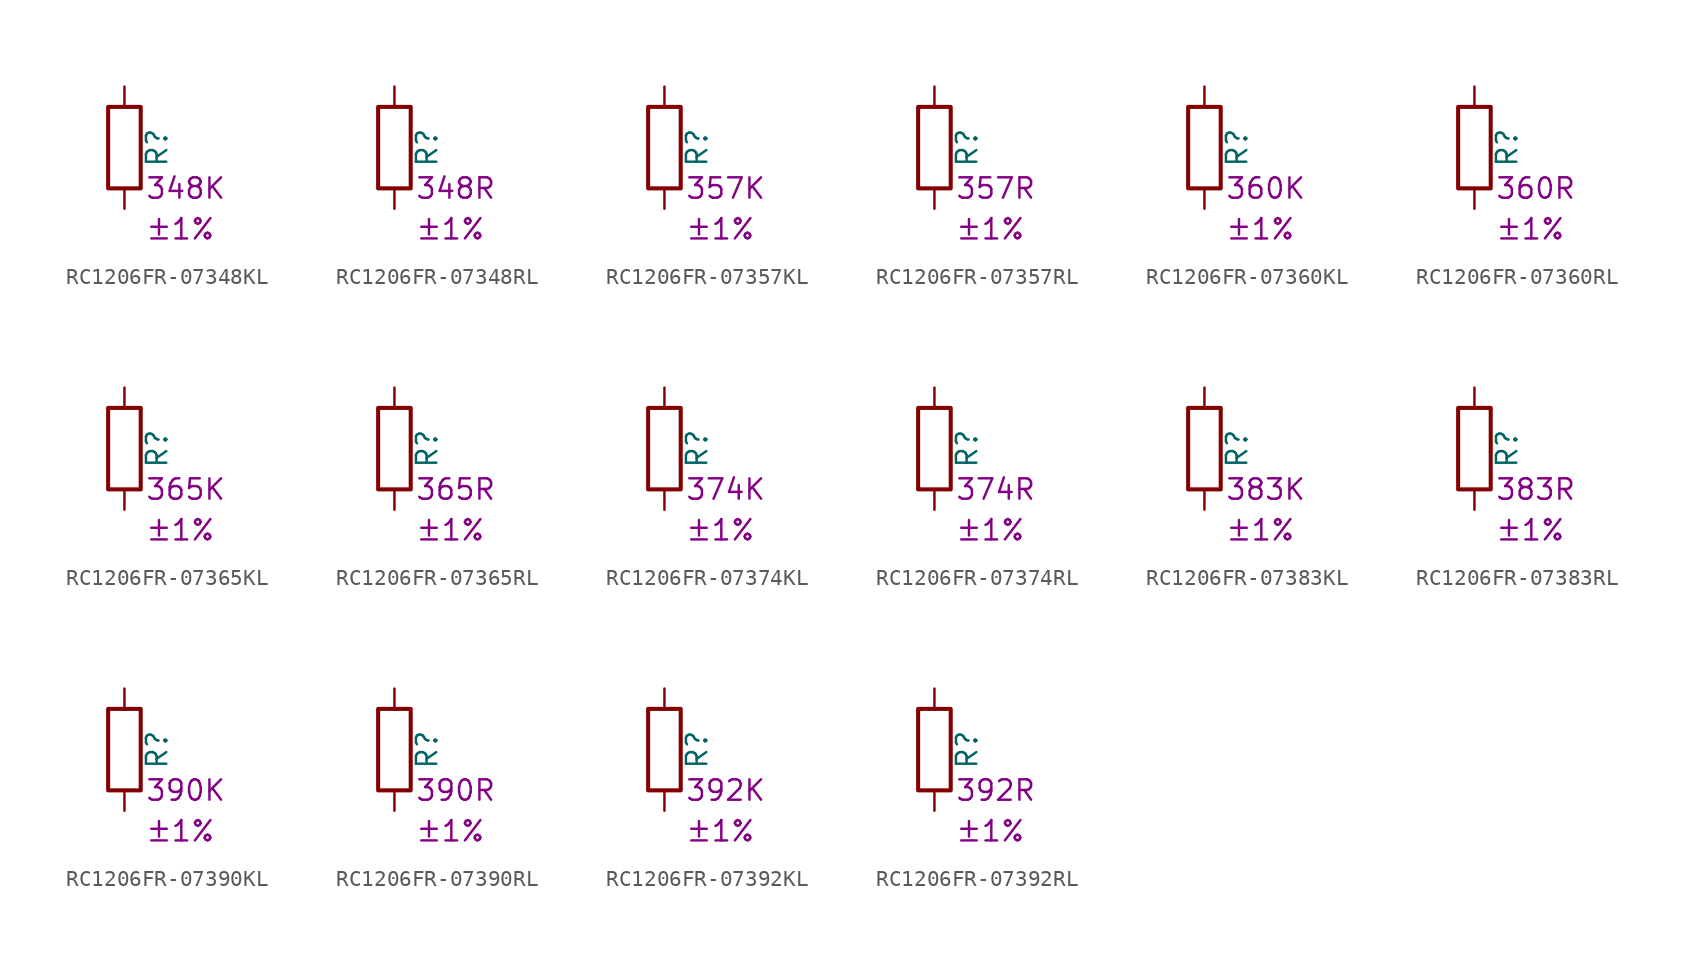
<source format=kicad_sym>
(kicad_symbol_lib
  (version 20220914)
  (generator kicad_symbol_editor)
  (symbol "RC1206FR-07348KL"
    (pin_numbers hide)
    (pin_names
      (offset 0))
    (property "Reference" "R"
      (at 2.032 0 90)
      (effects (font (size 1.27 1.27))))
    (property "Resistance" "348K"
      (at 1.27 -2.54 0)
      (effects (font (size 1.27 1.27)) (justify left)))
    (property "Tolerance" "±1%"
      (at 1.27 -5.08 0)
      (effects (font (size 1.27 1.27)) (justify left)))
    (symbol "RC1206FR-07348KL_0_1"
      (rectangle (start -1.016 -2.54) (end 1.016 2.54) (stroke (width 0.254) (type default)) (fill (type none))))
    (symbol "RC1206FR-07348KL_1_1"
      (pin passive line (at 0 3.81 270) (length 1.27) (name "~" (effects (font (size 1.27 1.27)))) (number "1" (effects (font (size 1.27 1.27)))))
      (pin passive line (at 0 -3.81 90) (length 1.27) (name "~" (effects (font (size 1.27 1.27)))) (number "2" (effects (font (size 1.27 1.27)))))))
  (symbol "RC1206FR-07348RL"
    (pin_numbers hide)
    (pin_names
      (offset 0))
    (property "Reference" "R"
      (at 2.032 0 90)
      (effects (font (size 1.27 1.27))))
    (property "Resistance" "348R"
      (at 1.27 -2.54 0)
      (effects (font (size 1.27 1.27)) (justify left)))
    (property "Tolerance" "±1%"
      (at 1.27 -5.08 0)
      (effects (font (size 1.27 1.27)) (justify left)))
    (symbol "RC1206FR-07348RL_0_1"
      (rectangle (start -1.016 -2.54) (end 1.016 2.54) (stroke (width 0.254) (type default)) (fill (type none))))
    (symbol "RC1206FR-07348RL_1_1"
      (pin passive line (at 0 3.81 270) (length 1.27) (name "~" (effects (font (size 1.27 1.27)))) (number "1" (effects (font (size 1.27 1.27)))))
      (pin passive line (at 0 -3.81 90) (length 1.27) (name "~" (effects (font (size 1.27 1.27)))) (number "2" (effects (font (size 1.27 1.27)))))))
  (symbol "RC1206FR-07357KL"
    (pin_numbers hide)
    (pin_names
      (offset 0))
    (property "Reference" "R"
      (at 2.032 0 90)
      (effects (font (size 1.27 1.27))))
    (property "Resistance" "357K"
      (at 1.27 -2.54 0)
      (effects (font (size 1.27 1.27)) (justify left)))
    (property "Tolerance" "±1%"
      (at 1.27 -5.08 0)
      (effects (font (size 1.27 1.27)) (justify left)))
    (symbol "RC1206FR-07357KL_0_1"
      (rectangle (start -1.016 -2.54) (end 1.016 2.54) (stroke (width 0.254) (type default)) (fill (type none))))
    (symbol "RC1206FR-07357KL_1_1"
      (pin passive line (at 0 3.81 270) (length 1.27) (name "~" (effects (font (size 1.27 1.27)))) (number "1" (effects (font (size 1.27 1.27)))))
      (pin passive line (at 0 -3.81 90) (length 1.27) (name "~" (effects (font (size 1.27 1.27)))) (number "2" (effects (font (size 1.27 1.27)))))))
  (symbol "RC1206FR-07357RL"
    (pin_numbers hide)
    (pin_names
      (offset 0))
    (property "Reference" "R"
      (at 2.032 0 90)
      (effects (font (size 1.27 1.27))))
    (property "Resistance" "357R"
      (at 1.27 -2.54 0)
      (effects (font (size 1.27 1.27)) (justify left)))
    (property "Tolerance" "±1%"
      (at 1.27 -5.08 0)
      (effects (font (size 1.27 1.27)) (justify left)))
    (symbol "RC1206FR-07357RL_0_1"
      (rectangle (start -1.016 -2.54) (end 1.016 2.54) (stroke (width 0.254) (type default)) (fill (type none))))
    (symbol "RC1206FR-07357RL_1_1"
      (pin passive line (at 0 3.81 270) (length 1.27) (name "~" (effects (font (size 1.27 1.27)))) (number "1" (effects (font (size 1.27 1.27)))))
      (pin passive line (at 0 -3.81 90) (length 1.27) (name "~" (effects (font (size 1.27 1.27)))) (number "2" (effects (font (size 1.27 1.27)))))))
  (symbol "RC1206FR-07360KL"
    (pin_numbers hide)
    (pin_names
      (offset 0))
    (property "Reference" "R"
      (at 2.032 0 90)
      (effects (font (size 1.27 1.27))))
    (property "Resistance" "360K"
      (at 1.27 -2.54 0)
      (effects (font (size 1.27 1.27)) (justify left)))
    (property "Tolerance" "±1%"
      (at 1.27 -5.08 0)
      (effects (font (size 1.27 1.27)) (justify left)))
    (symbol "RC1206FR-07360KL_0_1"
      (rectangle (start -1.016 -2.54) (end 1.016 2.54) (stroke (width 0.254) (type default)) (fill (type none))))
    (symbol "RC1206FR-07360KL_1_1"
      (pin passive line (at 0 3.81 270) (length 1.27) (name "~" (effects (font (size 1.27 1.27)))) (number "1" (effects (font (size 1.27 1.27)))))
      (pin passive line (at 0 -3.81 90) (length 1.27) (name "~" (effects (font (size 1.27 1.27)))) (number "2" (effects (font (size 1.27 1.27)))))))
  (symbol "RC1206FR-07360RL"
    (pin_numbers hide)
    (pin_names
      (offset 0))
    (property "Reference" "R"
      (at 2.032 0 90)
      (effects (font (size 1.27 1.27))))
    (property "Resistance" "360R"
      (at 1.27 -2.54 0)
      (effects (font (size 1.27 1.27)) (justify left)))
    (property "Tolerance" "±1%"
      (at 1.27 -5.08 0)
      (effects (font (size 1.27 1.27)) (justify left)))
    (symbol "RC1206FR-07360RL_0_1"
      (rectangle (start -1.016 -2.54) (end 1.016 2.54) (stroke (width 0.254) (type default)) (fill (type none))))
    (symbol "RC1206FR-07360RL_1_1"
      (pin passive line (at 0 3.81 270) (length 1.27) (name "~" (effects (font (size 1.27 1.27)))) (number "1" (effects (font (size 1.27 1.27)))))
      (pin passive line (at 0 -3.81 90) (length 1.27) (name "~" (effects (font (size 1.27 1.27)))) (number "2" (effects (font (size 1.27 1.27)))))))
  (symbol "RC1206FR-07365KL"
    (pin_numbers hide)
    (pin_names
      (offset 0))
    (property "Reference" "R"
      (at 2.032 0 90)
      (effects (font (size 1.27 1.27))))
    (property "Resistance" "365K"
      (at 1.27 -2.54 0)
      (effects (font (size 1.27 1.27)) (justify left)))
    (property "Tolerance" "±1%"
      (at 1.27 -5.08 0)
      (effects (font (size 1.27 1.27)) (justify left)))
    (symbol "RC1206FR-07365KL_0_1"
      (rectangle (start -1.016 -2.54) (end 1.016 2.54) (stroke (width 0.254) (type default)) (fill (type none))))
    (symbol "RC1206FR-07365KL_1_1"
      (pin passive line (at 0 3.81 270) (length 1.27) (name "~" (effects (font (size 1.27 1.27)))) (number "1" (effects (font (size 1.27 1.27)))))
      (pin passive line (at 0 -3.81 90) (length 1.27) (name "~" (effects (font (size 1.27 1.27)))) (number "2" (effects (font (size 1.27 1.27)))))))
  (symbol "RC1206FR-07365RL"
    (pin_numbers hide)
    (pin_names
      (offset 0))
    (property "Reference" "R"
      (at 2.032 0 90)
      (effects (font (size 1.27 1.27))))
    (property "Resistance" "365R"
      (at 1.27 -2.54 0)
      (effects (font (size 1.27 1.27)) (justify left)))
    (property "Tolerance" "±1%"
      (at 1.27 -5.08 0)
      (effects (font (size 1.27 1.27)) (justify left)))
    (symbol "RC1206FR-07365RL_0_1"
      (rectangle (start -1.016 -2.54) (end 1.016 2.54) (stroke (width 0.254) (type default)) (fill (type none))))
    (symbol "RC1206FR-07365RL_1_1"
      (pin passive line (at 0 3.81 270) (length 1.27) (name "~" (effects (font (size 1.27 1.27)))) (number "1" (effects (font (size 1.27 1.27)))))
      (pin passive line (at 0 -3.81 90) (length 1.27) (name "~" (effects (font (size 1.27 1.27)))) (number "2" (effects (font (size 1.27 1.27)))))))
  (symbol "RC1206FR-07374KL"
    (pin_numbers hide)
    (pin_names
      (offset 0))
    (property "Reference" "R"
      (at 2.032 0 90)
      (effects (font (size 1.27 1.27))))
    (property "Resistance" "374K"
      (at 1.27 -2.54 0)
      (effects (font (size 1.27 1.27)) (justify left)))
    (property "Tolerance" "±1%"
      (at 1.27 -5.08 0)
      (effects (font (size 1.27 1.27)) (justify left)))
    (symbol "RC1206FR-07374KL_0_1"
      (rectangle (start -1.016 -2.54) (end 1.016 2.54) (stroke (width 0.254) (type default)) (fill (type none))))
    (symbol "RC1206FR-07374KL_1_1"
      (pin passive line (at 0 3.81 270) (length 1.27) (name "~" (effects (font (size 1.27 1.27)))) (number "1" (effects (font (size 1.27 1.27)))))
      (pin passive line (at 0 -3.81 90) (length 1.27) (name "~" (effects (font (size 1.27 1.27)))) (number "2" (effects (font (size 1.27 1.27)))))))
  (symbol "RC1206FR-07374RL"
    (pin_numbers hide)
    (pin_names
      (offset 0))
    (property "Reference" "R"
      (at 2.032 0 90)
      (effects (font (size 1.27 1.27))))
    (property "Resistance" "374R"
      (at 1.27 -2.54 0)
      (effects (font (size 1.27 1.27)) (justify left)))
    (property "Tolerance" "±1%"
      (at 1.27 -5.08 0)
      (effects (font (size 1.27 1.27)) (justify left)))
    (symbol "RC1206FR-07374RL_0_1"
      (rectangle (start -1.016 -2.54) (end 1.016 2.54) (stroke (width 0.254) (type default)) (fill (type none))))
    (symbol "RC1206FR-07374RL_1_1"
      (pin passive line (at 0 3.81 270) (length 1.27) (name "~" (effects (font (size 1.27 1.27)))) (number "1" (effects (font (size 1.27 1.27)))))
      (pin passive line (at 0 -3.81 90) (length 1.27) (name "~" (effects (font (size 1.27 1.27)))) (number "2" (effects (font (size 1.27 1.27)))))))
  (symbol "RC1206FR-07383KL"
    (pin_numbers hide)
    (pin_names
      (offset 0))
    (property "Reference" "R"
      (at 2.032 0 90)
      (effects (font (size 1.27 1.27))))
    (property "Resistance" "383K"
      (at 1.27 -2.54 0)
      (effects (font (size 1.27 1.27)) (justify left)))
    (property "Tolerance" "±1%"
      (at 1.27 -5.08 0)
      (effects (font (size 1.27 1.27)) (justify left)))
    (symbol "RC1206FR-07383KL_0_1"
      (rectangle (start -1.016 -2.54) (end 1.016 2.54) (stroke (width 0.254) (type default)) (fill (type none))))
    (symbol "RC1206FR-07383KL_1_1"
      (pin passive line (at 0 3.81 270) (length 1.27) (name "~" (effects (font (size 1.27 1.27)))) (number "1" (effects (font (size 1.27 1.27)))))
      (pin passive line (at 0 -3.81 90) (length 1.27) (name "~" (effects (font (size 1.27 1.27)))) (number "2" (effects (font (size 1.27 1.27)))))))
  (symbol "RC1206FR-07383RL"
    (pin_numbers hide)
    (pin_names
      (offset 0))
    (property "Reference" "R"
      (at 2.032 0 90)
      (effects (font (size 1.27 1.27))))
    (property "Resistance" "383R"
      (at 1.27 -2.54 0)
      (effects (font (size 1.27 1.27)) (justify left)))
    (property "Tolerance" "±1%"
      (at 1.27 -5.08 0)
      (effects (font (size 1.27 1.27)) (justify left)))
    (symbol "RC1206FR-07383RL_0_1"
      (rectangle (start -1.016 -2.54) (end 1.016 2.54) (stroke (width 0.254) (type default)) (fill (type none))))
    (symbol "RC1206FR-07383RL_1_1"
      (pin passive line (at 0 3.81 270) (length 1.27) (name "~" (effects (font (size 1.27 1.27)))) (number "1" (effects (font (size 1.27 1.27)))))
      (pin passive line (at 0 -3.81 90) (length 1.27) (name "~" (effects (font (size 1.27 1.27)))) (number "2" (effects (font (size 1.27 1.27)))))))
  (symbol "RC1206FR-07390KL"
    (pin_numbers hide)
    (pin_names
      (offset 0))
    (property "Reference" "R"
      (at 2.032 0 90)
      (effects (font (size 1.27 1.27))))
    (property "Resistance" "390K"
      (at 1.27 -2.54 0)
      (effects (font (size 1.27 1.27)) (justify left)))
    (property "Tolerance" "±1%"
      (at 1.27 -5.08 0)
      (effects (font (size 1.27 1.27)) (justify left)))
    (symbol "RC1206FR-07390KL_0_1"
      (rectangle (start -1.016 -2.54) (end 1.016 2.54) (stroke (width 0.254) (type default)) (fill (type none))))
    (symbol "RC1206FR-07390KL_1_1"
      (pin passive line (at 0 3.81 270) (length 1.27) (name "~" (effects (font (size 1.27 1.27)))) (number "1" (effects (font (size 1.27 1.27)))))
      (pin passive line (at 0 -3.81 90) (length 1.27) (name "~" (effects (font (size 1.27 1.27)))) (number "2" (effects (font (size 1.27 1.27)))))))
  (symbol "RC1206FR-07390RL"
    (pin_numbers hide)
    (pin_names
      (offset 0))
    (property "Reference" "R"
      (at 2.032 0 90)
      (effects (font (size 1.27 1.27))))
    (property "Resistance" "390R"
      (at 1.27 -2.54 0)
      (effects (font (size 1.27 1.27)) (justify left)))
    (property "Tolerance" "±1%"
      (at 1.27 -5.08 0)
      (effects (font (size 1.27 1.27)) (justify left)))
    (symbol "RC1206FR-07390RL_0_1"
      (rectangle (start -1.016 -2.54) (end 1.016 2.54) (stroke (width 0.254) (type default)) (fill (type none))))
    (symbol "RC1206FR-07390RL_1_1"
      (pin passive line (at 0 3.81 270) (length 1.27) (name "~" (effects (font (size 1.27 1.27)))) (number "1" (effects (font (size 1.27 1.27)))))
      (pin passive line (at 0 -3.81 90) (length 1.27) (name "~" (effects (font (size 1.27 1.27)))) (number "2" (effects (font (size 1.27 1.27)))))))
  (symbol "RC1206FR-07392KL"
    (pin_numbers hide)
    (pin_names
      (offset 0))
    (property "Reference" "R"
      (at 2.032 0 90)
      (effects (font (size 1.27 1.27))))
    (property "Resistance" "392K"
      (at 1.27 -2.54 0)
      (effects (font (size 1.27 1.27)) (justify left)))
    (property "Tolerance" "±1%"
      (at 1.27 -5.08 0)
      (effects (font (size 1.27 1.27)) (justify left)))
    (symbol "RC1206FR-07392KL_0_1"
      (rectangle (start -1.016 -2.54) (end 1.016 2.54) (stroke (width 0.254) (type default)) (fill (type none))))
    (symbol "RC1206FR-07392KL_1_1"
      (pin passive line (at 0 3.81 270) (length 1.27) (name "~" (effects (font (size 1.27 1.27)))) (number "1" (effects (font (size 1.27 1.27)))))
      (pin passive line (at 0 -3.81 90) (length 1.27) (name "~" (effects (font (size 1.27 1.27)))) (number "2" (effects (font (size 1.27 1.27)))))))
  (symbol "RC1206FR-07392RL"
    (pin_numbers hide)
    (pin_names
      (offset 0))
    (property "Reference" "R"
      (at 2.032 0 90)
      (effects (font (size 1.27 1.27))))
    (property "Resistance" "392R"
      (at 1.27 -2.54 0)
      (effects (font (size 1.27 1.27)) (justify left)))
    (property "Tolerance" "±1%"
      (at 1.27 -5.08 0)
      (effects (font (size 1.27 1.27)) (justify left)))
    (symbol "RC1206FR-07392RL_0_1"
      (rectangle (start -1.016 -2.54) (end 1.016 2.54) (stroke (width 0.254) (type default)) (fill (type none))))
    (symbol "RC1206FR-07392RL_1_1"
      (pin passive line (at 0 3.81 270) (length 1.27) (name "~" (effects (font (size 1.27 1.27)))) (number "1" (effects (font (size 1.27 1.27)))))
      (pin passive line (at 0 -3.81 90) (length 1.27) (name "~" (effects (font (size 1.27 1.27)))) (number "2" (effects (font (size 1.27 1.27))))))))
</source>
